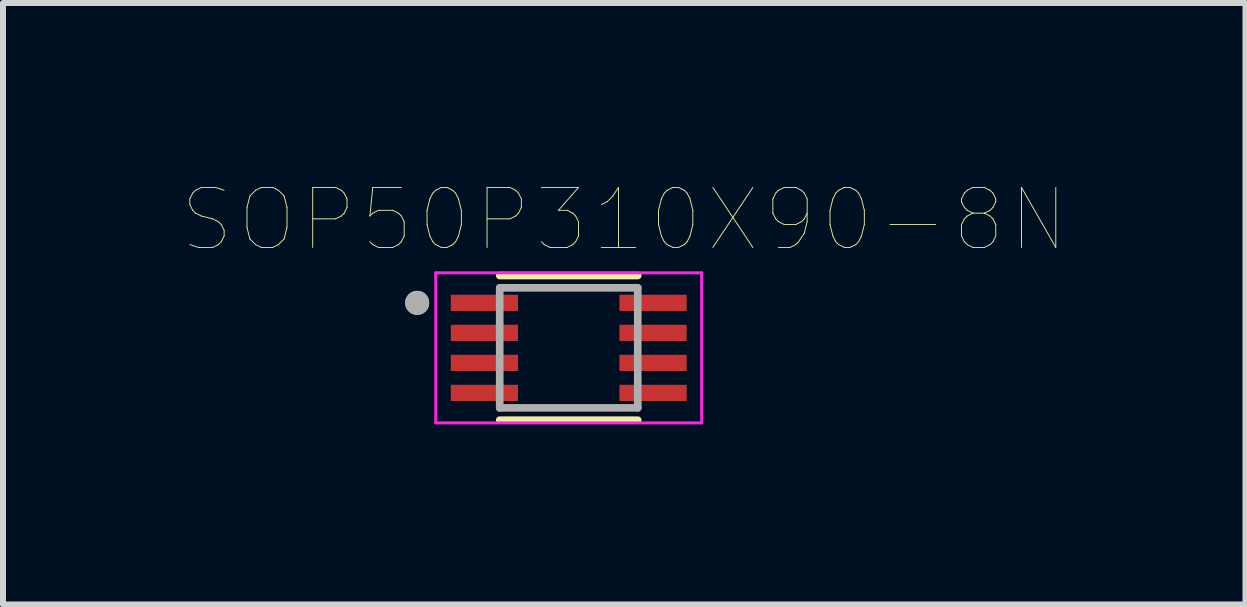
<source format=kicad_pcb>
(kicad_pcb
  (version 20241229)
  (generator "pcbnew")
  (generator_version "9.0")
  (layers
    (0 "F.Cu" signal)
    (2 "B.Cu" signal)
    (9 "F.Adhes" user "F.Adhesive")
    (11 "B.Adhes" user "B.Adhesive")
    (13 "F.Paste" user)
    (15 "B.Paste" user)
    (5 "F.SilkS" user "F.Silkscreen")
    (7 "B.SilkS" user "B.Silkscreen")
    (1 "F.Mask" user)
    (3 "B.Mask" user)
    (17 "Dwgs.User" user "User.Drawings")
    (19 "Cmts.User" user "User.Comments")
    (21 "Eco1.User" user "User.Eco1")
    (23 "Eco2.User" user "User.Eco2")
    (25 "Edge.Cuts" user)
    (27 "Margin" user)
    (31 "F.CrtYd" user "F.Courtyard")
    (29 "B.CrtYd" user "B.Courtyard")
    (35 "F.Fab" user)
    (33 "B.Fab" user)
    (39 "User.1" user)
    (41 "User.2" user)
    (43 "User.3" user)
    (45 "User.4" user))
  (footprint "SOP50P310X90-8N"
    (layer "F.Cu")
    (at 6.426 2.746)
    (property "Reference" "SOP50P310X90-8N" (at 0.925 -2.135 0) (layer "F.SilkS") (effects (font (size 1 1) (thickness 0.015))))
    (attr through_hole)
    (fp_line (start -1.15 -1.205) (end 1.15 -1.205) (stroke (width 0.127) (type solid)) (layer "F.SilkS"))
    (fp_line (start -1.15 1.205) (end 1.15 1.205) (stroke (width 0.127) (type solid)) (layer "F.SilkS"))
    (fp_circle (center -2.525 -0.75) (end -2.425 -0.75) (stroke (width 0.2) (type solid)) (fill no) (layer "F.SilkS"))
    (fp_line (start -2.215 -1.25) (end -2.215 1.25) (stroke (width 0.05) (type solid)) (layer "F.CrtYd"))
    (fp_line (start -2.215 -1.25) (end 2.215 -1.25) (stroke (width 0.05) (type solid)) (layer "F.CrtYd"))
    (fp_line (start -2.215 1.25) (end 2.215 1.25) (stroke (width 0.05) (type solid)) (layer "F.CrtYd"))
    (fp_line (start 2.215 -1.25) (end 2.215 1.25) (stroke (width 0.05) (type solid)) (layer "F.CrtYd"))
    (fp_line (start -1.15 -1) (end -1.15 1) (stroke (width 0.127) (type solid)) (layer "F.Fab"))
    (fp_line (start -1.15 -1) (end 1.15 -1) (stroke (width 0.127) (type solid)) (layer "F.Fab"))
    (fp_line (start -1.15 1) (end 1.15 1) (stroke (width 0.127) (type solid)) (layer "F.Fab"))
    (fp_line (start 1.15 -1) (end 1.15 1) (stroke (width 0.127) (type solid)) (layer "F.Fab"))
    (fp_circle (center -2.525 -0.75) (end -2.425 -0.75) (stroke (width 0.2) (type solid)) (fill no) (layer "F.Fab"))
    (pad "1" smd rect (at -1.405 -0.75) (size 1.12 0.27) (layers "F.Cu" "F.Mask" "F.Paste"))
    (pad "2" smd rect (at -1.405 -0.25) (size 1.12 0.27) (layers "F.Cu" "F.Mask" "F.Paste"))
    (pad "3" smd rect (at -1.405 0.25) (size 1.12 0.27) (layers "F.Cu" "F.Mask" "F.Paste"))
    (pad "4" smd rect (at -1.405 0.75) (size 1.12 0.27) (layers "F.Cu" "F.Mask" "F.Paste"))
    (pad "5" smd rect (at 1.405 0.75) (size 1.12 0.27) (layers "F.Cu" "F.Mask" "F.Paste"))
    (pad "6" smd rect (at 1.405 0.25) (size 1.12 0.27) (layers "F.Cu" "F.Mask" "F.Paste"))
    (pad "7" smd rect (at 1.405 -0.25) (size 1.12 0.27) (layers "F.Cu" "F.Mask" "F.Paste"))
    (pad "8" smd rect (at 1.405 -0.75) (size 1.12 0.27) (layers "F.Cu" "F.Mask" "F.Paste")))
  (gr_rect
    (start -3 -3)
    (end 17.702 7.021)
    (stroke (width 0.1) (type default))
    (fill no)
    (layer "Edge.Cuts")))
</source>
